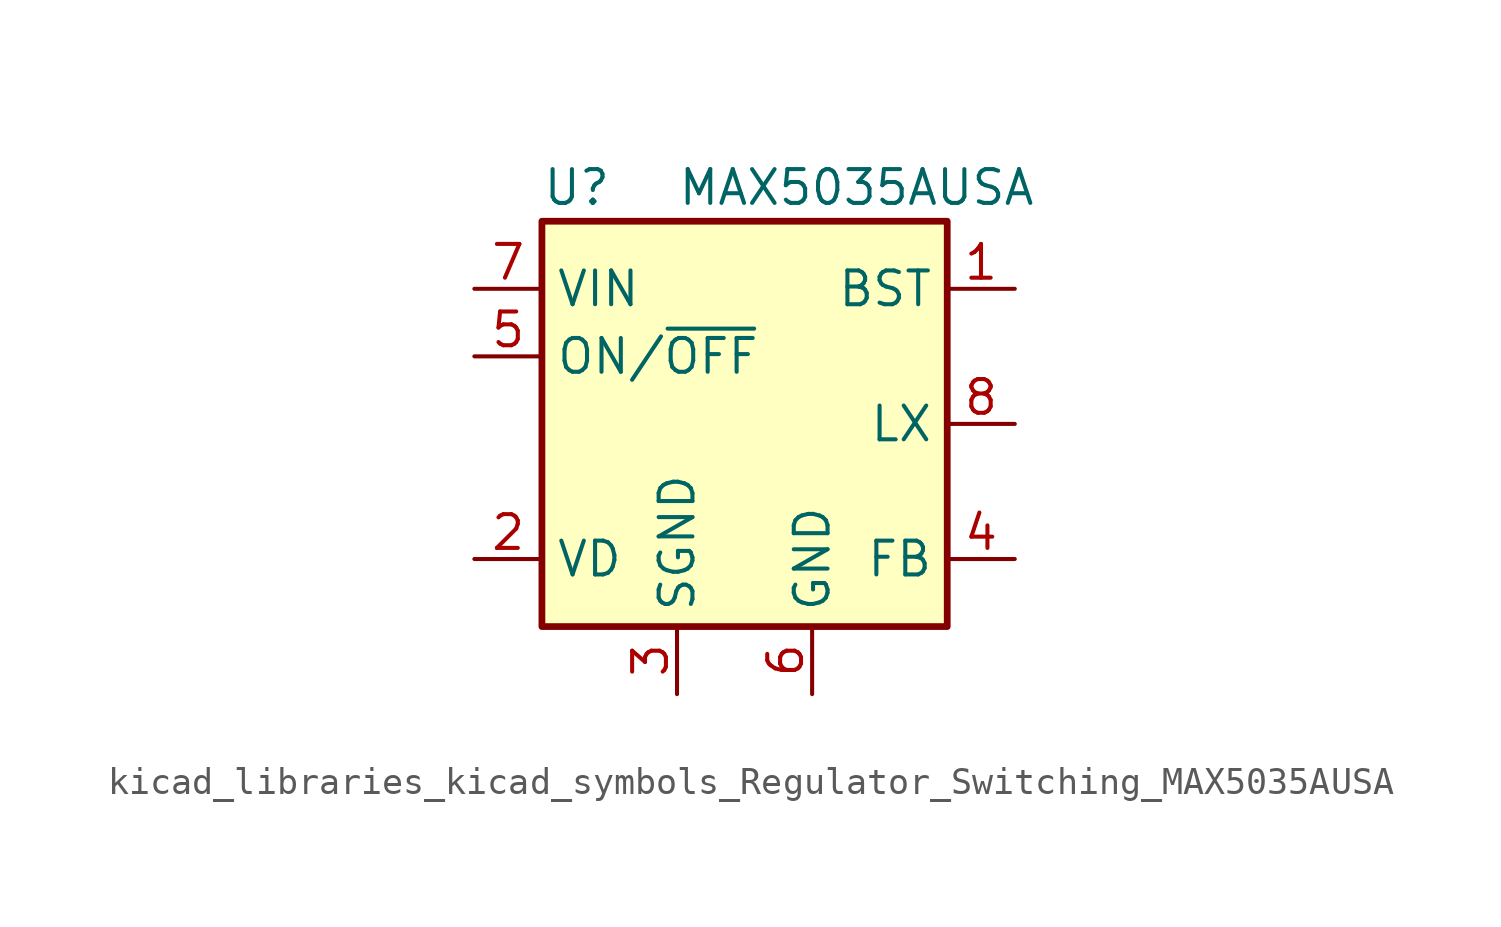
<source format=kicad_sym>
(kicad_symbol_lib
  (version 20220914)
  (generator kicad_symbol_editor)
  (symbol "kicad_libraries_kicad_symbols_Regulator_Switching_MAX5035AUSA"
    (property "Reference" "U"
      (at -7.62 8.89 0)
      (effects (font (size 1.27 1.27)) (justify left)))
    (property "Value" "MAX5035AUSA"
      (at -2.54 8.89 0)
      (effects (font (size 1.27 1.27)) (justify left)))
    (symbol "kicad_libraries_kicad_symbols_Regulator_Switching_MAX5035AUSA_0_1"
      (rectangle (start -7.62 7.62) (end 7.62 -7.62) (stroke (width 0.254) (type default)) (fill (type background))))
    (symbol "kicad_libraries_kicad_symbols_Regulator_Switching_MAX5035AUSA_1_1"
      (pin passive line (at 10.16 5.08 180) (length 2.54) (name "BST" (effects (font (size 1.27 1.27)))) (number "1" (effects (font (size 1.27 1.27)))))
      (pin passive line (at -10.16 -5.08 0) (length 2.54) (name "VD" (effects (font (size 1.27 1.27)))) (number "2" (effects (font (size 1.27 1.27)))))
      (pin power_in line (at -2.54 -10.16 90) (length 2.54) (name "SGND" (effects (font (size 1.27 1.27)))) (number "3" (effects (font (size 1.27 1.27)))))
      (pin input line (at 10.16 -5.08 180) (length 2.54) (name "FB" (effects (font (size 1.27 1.27)))) (number "4" (effects (font (size 1.27 1.27)))))
      (pin input line (at -10.16 2.54 0) (length 2.54) (name "ON/~{OFF}" (effects (font (size 1.27 1.27)))) (number "5" (effects (font (size 1.27 1.27)))))
      (pin power_in line (at 2.54 -10.16 90) (length 2.54) (name "GND" (effects (font (size 1.27 1.27)))) (number "6" (effects (font (size 1.27 1.27)))))
      (pin power_in line (at -10.16 5.08 0) (length 2.54) (name "VIN" (effects (font (size 1.27 1.27)))) (number "7" (effects (font (size 1.27 1.27)))))
      (pin output line (at 10.16 0 180) (length 2.54) (name "LX" (effects (font (size 1.27 1.27)))) (number "8" (effects (font (size 1.27 1.27))))))))
</source>
